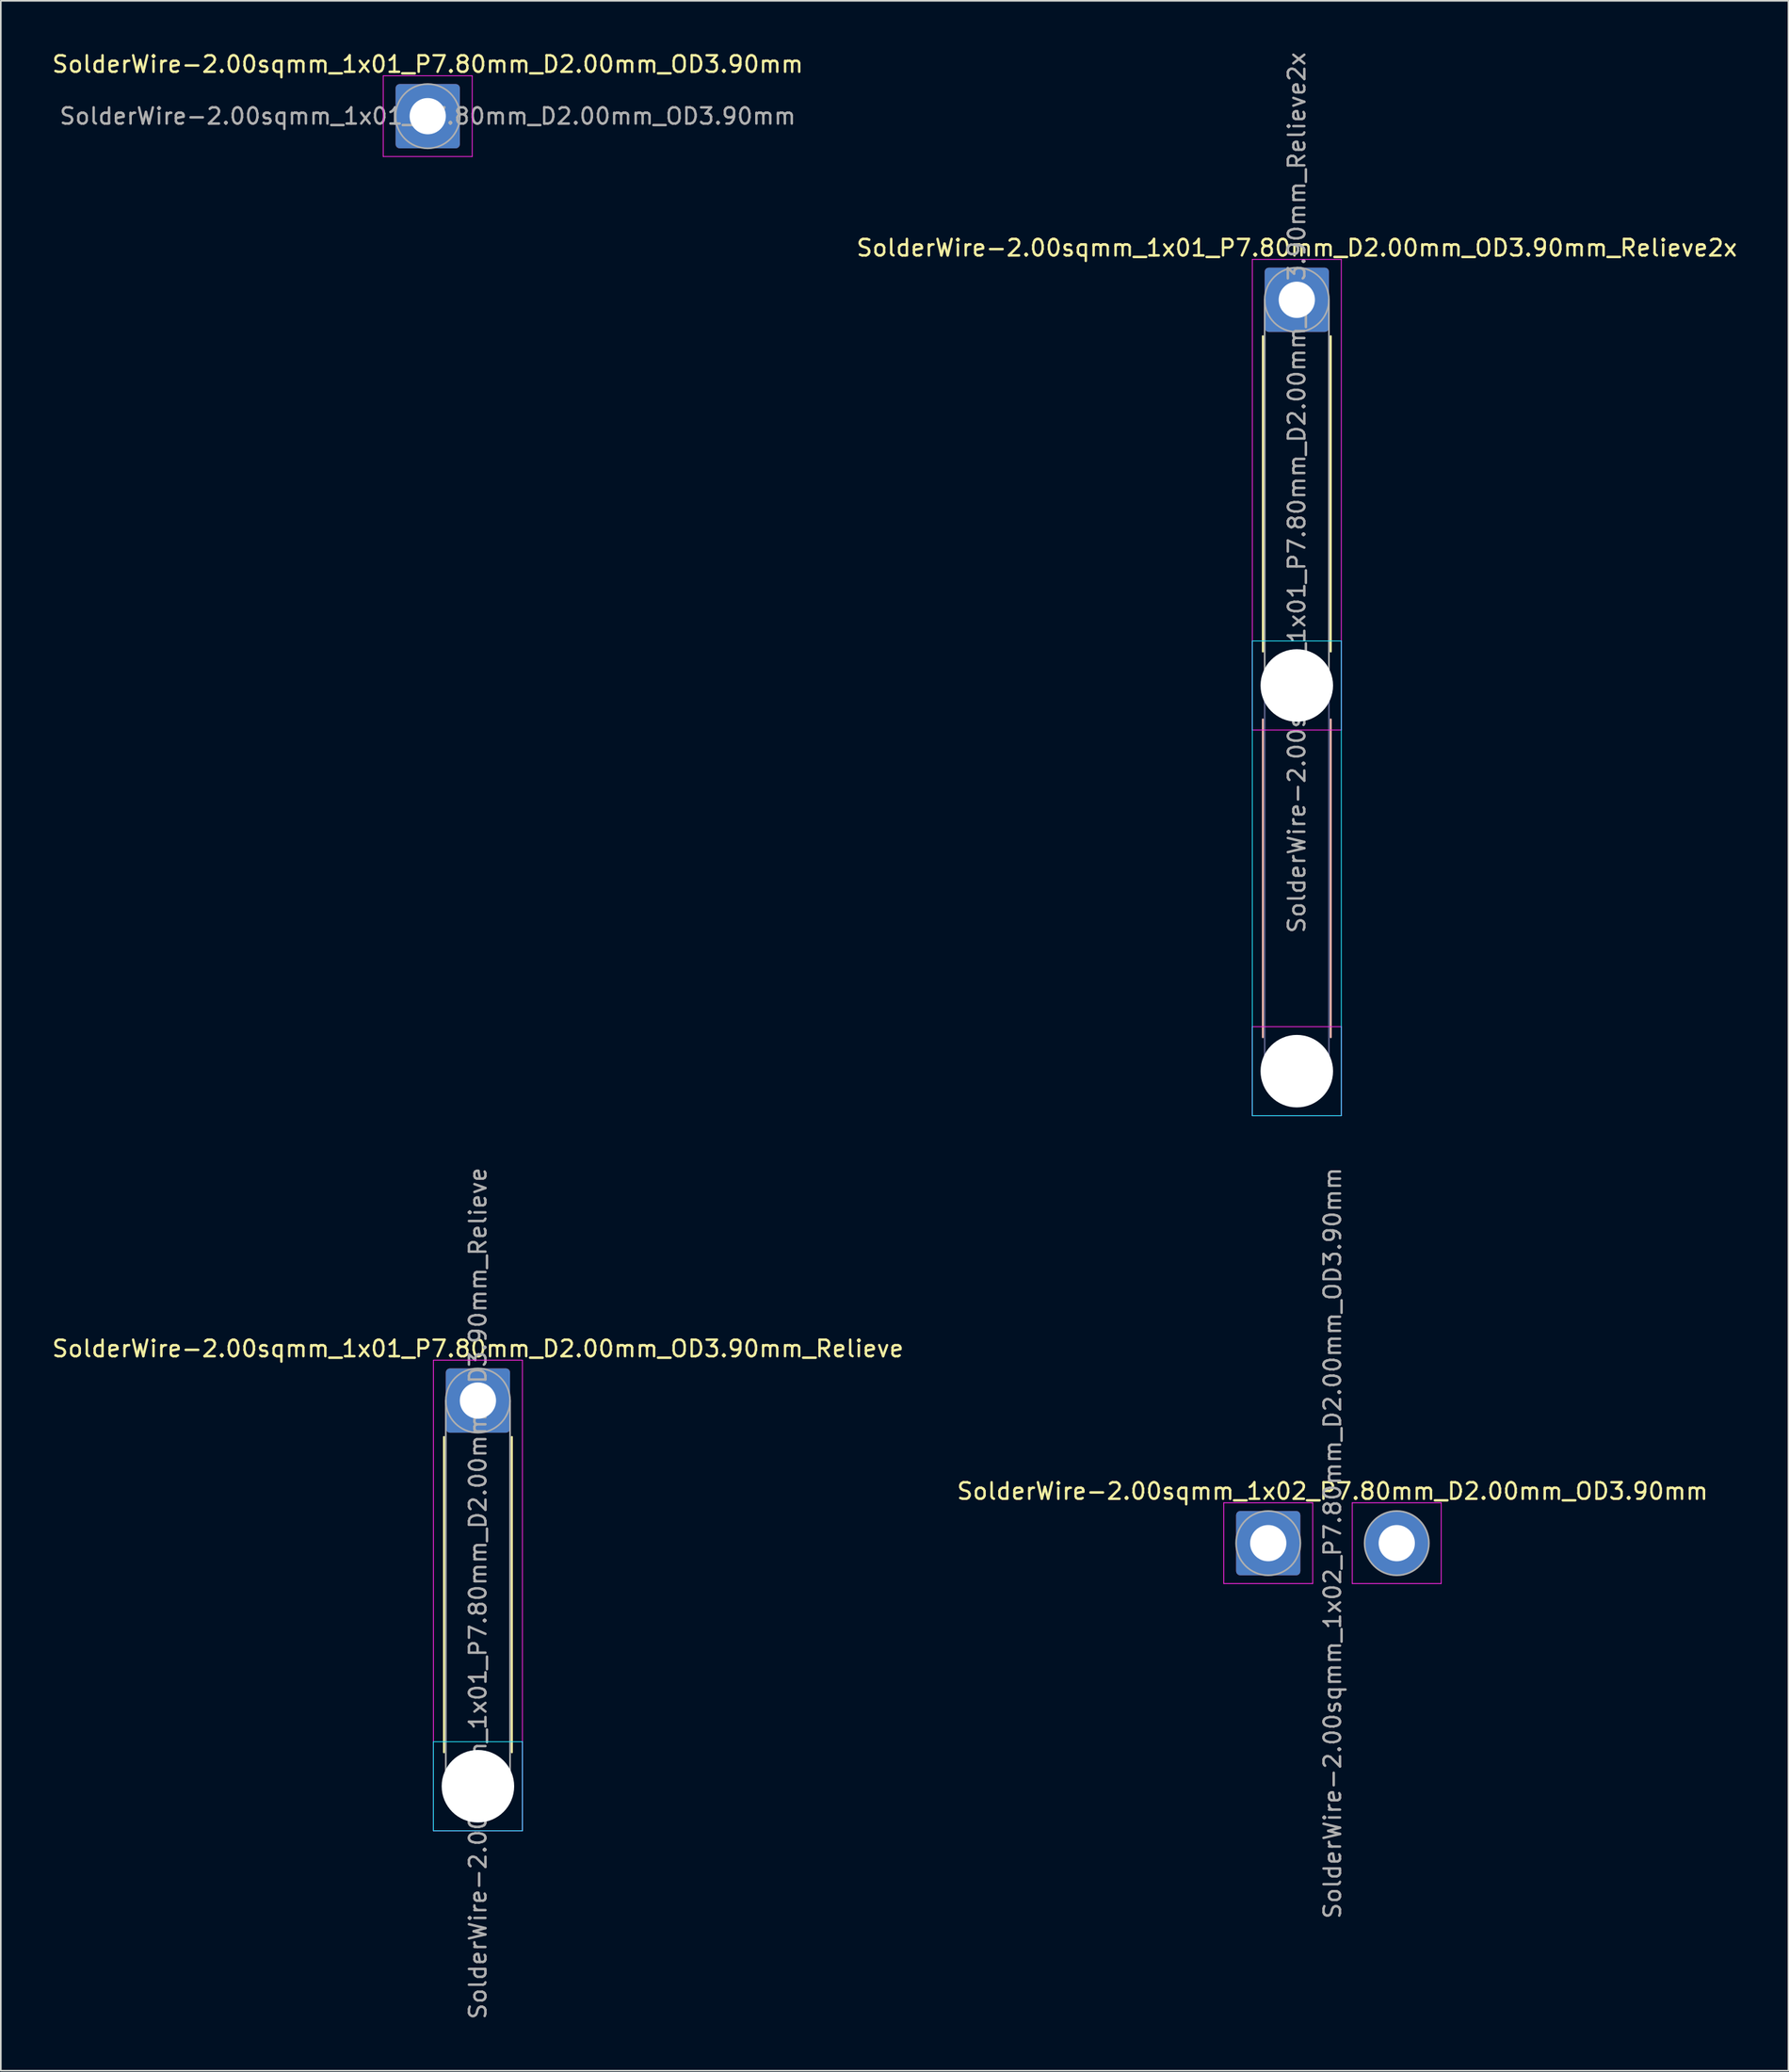
<source format=kicad_pcb>
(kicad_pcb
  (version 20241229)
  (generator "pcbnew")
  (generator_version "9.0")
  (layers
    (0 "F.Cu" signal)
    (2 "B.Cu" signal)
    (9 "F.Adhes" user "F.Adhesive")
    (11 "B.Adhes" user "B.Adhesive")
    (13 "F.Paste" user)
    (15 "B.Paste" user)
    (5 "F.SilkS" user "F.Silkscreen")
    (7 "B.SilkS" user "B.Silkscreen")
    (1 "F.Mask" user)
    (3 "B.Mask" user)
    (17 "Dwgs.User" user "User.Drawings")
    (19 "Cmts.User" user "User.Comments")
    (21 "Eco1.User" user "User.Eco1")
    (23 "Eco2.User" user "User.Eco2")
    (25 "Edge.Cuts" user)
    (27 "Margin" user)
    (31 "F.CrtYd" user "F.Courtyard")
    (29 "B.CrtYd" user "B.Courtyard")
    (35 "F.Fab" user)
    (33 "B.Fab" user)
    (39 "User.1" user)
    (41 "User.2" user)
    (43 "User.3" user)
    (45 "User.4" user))
  (footprint "SolderWire-2.00sqmm_1x02_P7.80mm_D2.00mm_OD3.90mm"
    (layer "F.Cu")
    (at 73.927 90.575)
    (property "Reference" "SolderWire-2.00sqmm_1x02_P7.80mm_D2.00mm_OD3.90mm" (at 3.9 -3.15 0) (layer "F.SilkS") (effects (font (size 1 1) (thickness 0.15))))
    (attr exclude_from_pos_files exclude_from_bom)
    (fp_line (start -2.7 -2.45) (end -2.7 2.45) (stroke (width 0.05) (type solid)) (layer "F.CrtYd"))
    (fp_line (start -2.7 2.45) (end 2.7 2.45) (stroke (width 0.05) (type solid)) (layer "F.CrtYd"))
    (fp_line (start 2.7 -2.45) (end -2.7 -2.45) (stroke (width 0.05) (type solid)) (layer "F.CrtYd"))
    (fp_line (start 2.7 2.45) (end 2.7 -2.45) (stroke (width 0.05) (type solid)) (layer "F.CrtYd"))
    (fp_line (start 5.1 -2.45) (end 5.1 2.45) (stroke (width 0.05) (type solid)) (layer "F.CrtYd"))
    (fp_line (start 5.1 2.45) (end 10.5 2.45) (stroke (width 0.05) (type solid)) (layer "F.CrtYd"))
    (fp_line (start 10.5 -2.45) (end 5.1 -2.45) (stroke (width 0.05) (type solid)) (layer "F.CrtYd"))
    (fp_line (start 10.5 2.45) (end 10.5 -2.45) (stroke (width 0.05) (type solid)) (layer "F.CrtYd"))
    (fp_circle (center 0 0) (end 1.95 0) (stroke (width 0.1) (type solid)) (fill no) (layer "F.Fab"))
    (fp_circle (center 7.8 0) (end 9.75 0) (stroke (width 0.1) (type solid)) (fill no) (layer "F.Fab"))
    (fp_text user "${REFERENCE}" (at 3.9 0 90) (layer "F.Fab") (effects (font (size 1 1) (thickness 0.15))))
    (pad "1" thru_hole roundrect (at 0 0) (size 3.9 3.9) (drill 2.2) (layers "*.Cu" "*.Mask") (roundrect_rratio 0.064))
    (pad "2" thru_hole circle (at 7.8 0) (size 3.9 3.9) (drill 2.2) (layers "*.Cu" "*.Mask")))
  (footprint "SolderWire-2.00sqmm_1x01_P7.80mm_D2.00mm_OD3.90mm"
    (layer "F.Cu")
    (at 22.911 3.998)
    (property "Reference" "SolderWire-2.00sqmm_1x01_P7.80mm_D2.00mm_OD3.90mm" (at 0 -3.15 0) (layer "F.SilkS") (effects (font (size 1 1) (thickness 0.15))))
    (attr exclude_from_pos_files exclude_from_bom)
    (fp_line (start -2.7 -2.45) (end -2.7 2.45) (stroke (width 0.05) (type solid)) (layer "F.CrtYd"))
    (fp_line (start -2.7 2.45) (end 2.7 2.45) (stroke (width 0.05) (type solid)) (layer "F.CrtYd"))
    (fp_line (start 2.7 -2.45) (end -2.7 -2.45) (stroke (width 0.05) (type solid)) (layer "F.CrtYd"))
    (fp_line (start 2.7 2.45) (end 2.7 -2.45) (stroke (width 0.05) (type solid)) (layer "F.CrtYd"))
    (fp_circle (center 0 0) (end 1.95 0) (stroke (width 0.1) (type solid)) (fill no) (layer "F.Fab"))
    (fp_text user "${REFERENCE}" (at 0 0 0) (layer "F.Fab") (effects (font (size 0.98 0.98) (thickness 0.15))))
    (pad "1" thru_hole roundrect (at 0 0) (size 3.9 3.9) (drill 2.2) (layers "*.Cu" "*.Mask") (roundrect_rratio 0.064)))
  (footprint "SolderWire-2.00sqmm_1x01_P7.80mm_D2.00mm_OD3.90mm_Relieve"
    (layer "F.Cu")
    (at 25.958 81.923)
    (property "Reference" "SolderWire-2.00sqmm_1x01_P7.80mm_D2.00mm_OD3.90mm_Relieve" (at 0 -3.15 0) (layer "F.SilkS") (effects (font (size 1 1) (thickness 0.15))))
    (attr exclude_from_pos_files exclude_from_bom)
    (fp_line (start -2.06 2.21) (end -2.06 21.34) (stroke (width 0.12) (type solid)) (layer "F.SilkS"))
    (fp_line (start 2.06 2.21) (end 2.06 21.34) (stroke (width 0.12) (type solid)) (layer "F.SilkS"))
    (fp_line (start -2.7 20.7) (end -2.7 26.1) (stroke (width 0.05) (type solid)) (layer "B.CrtYd"))
    (fp_line (start -2.7 26.1) (end 2.7 26.1) (stroke (width 0.05) (type solid)) (layer "B.CrtYd"))
    (fp_line (start 2.7 20.7) (end -2.7 20.7) (stroke (width 0.05) (type solid)) (layer "B.CrtYd"))
    (fp_line (start 2.7 26.1) (end 2.7 20.7) (stroke (width 0.05) (type solid)) (layer "B.CrtYd"))
    (fp_line (start -2.7 -2.45) (end -2.7 26.1) (stroke (width 0.05) (type solid)) (layer "F.CrtYd"))
    (fp_line (start -2.7 26.1) (end 2.7 26.1) (stroke (width 0.05) (type solid)) (layer "F.CrtYd"))
    (fp_line (start 2.7 -2.45) (end -2.7 -2.45) (stroke (width 0.05) (type solid)) (layer "F.CrtYd"))
    (fp_line (start 2.7 26.1) (end 2.7 -2.45) (stroke (width 0.05) (type solid)) (layer "F.CrtYd"))
    (fp_line (start -1.95 0) (end -1.95 23.4) (stroke (width 0.1) (type solid)) (layer "F.Fab"))
    (fp_line (start 1.95 0) (end 1.95 23.4) (stroke (width 0.1) (type solid)) (layer "F.Fab"))
    (fp_circle (center 0 0) (end 1.95 0) (stroke (width 0.1) (type solid)) (fill no) (layer "F.Fab"))
    (fp_circle (center 0 23.4) (end 1.95 23.4) (stroke (width 0.1) (type solid)) (fill no) (layer "F.Fab"))
    (fp_text user "${REFERENCE}" (at 0 11.7 90) (layer "F.Fab") (effects (font (size 1 1) (thickness 0.15))))
    (pad "" np_thru_hole circle (at 0 23.4) (size 4.4 4.4) (drill 4.4) (layers "*.Cu" "*.Mask"))
    (pad "1" thru_hole roundrect (at 0 0) (size 3.9 3.9) (drill 2.2) (layers "*.Cu" "*.Mask") (roundrect_rratio 0.064)))
  (footprint "SolderWire-2.00sqmm_1x01_P7.80mm_D2.00mm_OD3.90mm_Relieve2x"
    (layer "F.Cu")
    (at 75.661 15.139)
    (property "Reference" "SolderWire-2.00sqmm_1x01_P7.80mm_D2.00mm_OD3.90mm_Relieve2x" (at 0 -3.15 0) (layer "F.SilkS") (effects (font (size 1 1) (thickness 0.15))))
    (attr exclude_from_pos_files exclude_from_bom)
    (fp_line (start -2.06 2.21) (end -2.06 21.34) (stroke (width 0.12) (type solid)) (layer "F.SilkS"))
    (fp_line (start 2.06 2.21) (end 2.06 21.34) (stroke (width 0.12) (type solid)) (layer "F.SilkS"))
    (fp_line (start -2.06 25.46) (end -2.06 44.74) (stroke (width 0.12) (type solid)) (layer "B.SilkS"))
    (fp_line (start 2.06 25.46) (end 2.06 44.74) (stroke (width 0.12) (type solid)) (layer "B.SilkS"))
    (fp_line (start -2.7 20.7) (end -2.7 49.5) (stroke (width 0.05) (type solid)) (layer "B.CrtYd"))
    (fp_line (start -2.7 49.5) (end 2.7 49.5) (stroke (width 0.05) (type solid)) (layer "B.CrtYd"))
    (fp_line (start 2.7 20.7) (end -2.7 20.7) (stroke (width 0.05) (type solid)) (layer "B.CrtYd"))
    (fp_line (start 2.7 49.5) (end 2.7 20.7) (stroke (width 0.05) (type solid)) (layer "B.CrtYd"))
    (fp_line (start -2.7 -2.45) (end -2.7 26.1) (stroke (width 0.05) (type solid)) (layer "F.CrtYd"))
    (fp_line (start -2.7 26.1) (end 2.7 26.1) (stroke (width 0.05) (type solid)) (layer "F.CrtYd"))
    (fp_line (start -2.7 44.1) (end -2.7 49.5) (stroke (width 0.05) (type solid)) (layer "F.CrtYd"))
    (fp_line (start -2.7 49.5) (end 2.7 49.5) (stroke (width 0.05) (type solid)) (layer "F.CrtYd"))
    (fp_line (start 2.7 -2.45) (end -2.7 -2.45) (stroke (width 0.05) (type solid)) (layer "F.CrtYd"))
    (fp_line (start 2.7 26.1) (end 2.7 -2.45) (stroke (width 0.05) (type solid)) (layer "F.CrtYd"))
    (fp_line (start 2.7 44.1) (end -2.7 44.1) (stroke (width 0.05) (type solid)) (layer "F.CrtYd"))
    (fp_line (start 2.7 49.5) (end 2.7 44.1) (stroke (width 0.05) (type solid)) (layer "F.CrtYd"))
    (fp_line (start -1.95 23.4) (end -1.95 46.8) (stroke (width 0.1) (type solid)) (layer "B.Fab"))
    (fp_line (start 1.95 23.4) (end 1.95 46.8) (stroke (width 0.1) (type solid)) (layer "B.Fab"))
    (fp_circle (center 0 23.4) (end 1.95 23.4) (stroke (width 0.1) (type solid)) (fill no) (layer "B.Fab"))
    (fp_circle (center 0 46.8) (end 1.95 46.8) (stroke (width 0.1) (type solid)) (fill no) (layer "B.Fab"))
    (fp_line (start -1.95 0) (end -1.95 23.4) (stroke (width 0.1) (type solid)) (layer "F.Fab"))
    (fp_line (start 1.95 0) (end 1.95 23.4) (stroke (width 0.1) (type solid)) (layer "F.Fab"))
    (fp_circle (center 0 0) (end 1.95 0) (stroke (width 0.1) (type solid)) (fill no) (layer "F.Fab"))
    (fp_circle (center 0 23.4) (end 1.95 23.4) (stroke (width 0.1) (type solid)) (fill no) (layer "F.Fab"))
    (fp_circle (center 0 46.8) (end 1.95 46.8) (stroke (width 0.1) (type solid)) (fill no) (layer "F.Fab"))
    (fp_text user "${REFERENCE}" (at 0 11.7 90) (layer "F.Fab") (effects (font (size 1 1) (thickness 0.15))))
    (pad "" np_thru_hole circle (at 0 23.4) (size 4.4 4.4) (drill 4.4) (layers "*.Cu" "*.Mask"))
    (pad "" np_thru_hole circle (at 0 46.8) (size 4.4 4.4) (drill 4.4) (layers "*.Cu" "*.Mask"))
    (pad "1" thru_hole roundrect (at 0 0) (size 3.9 3.9) (drill 2.2) (layers "*.Cu" "*.Mask") (roundrect_rratio 0.064)))
  (gr_rect
    (start -3 -3)
    (end 105.5 122.581)
    (stroke (width 0.1) (type default))
    (fill no)
    (layer "Edge.Cuts")))
</source>
